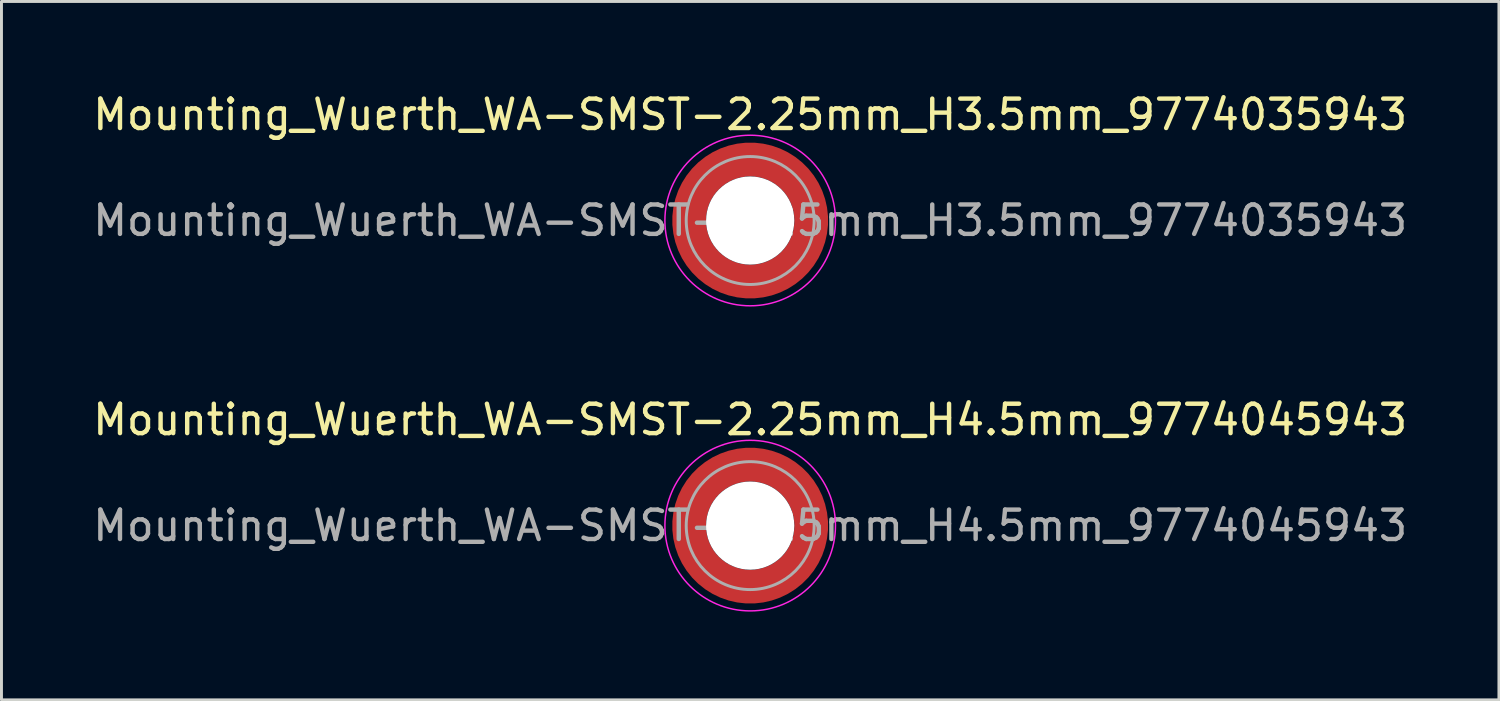
<source format=kicad_pcb>
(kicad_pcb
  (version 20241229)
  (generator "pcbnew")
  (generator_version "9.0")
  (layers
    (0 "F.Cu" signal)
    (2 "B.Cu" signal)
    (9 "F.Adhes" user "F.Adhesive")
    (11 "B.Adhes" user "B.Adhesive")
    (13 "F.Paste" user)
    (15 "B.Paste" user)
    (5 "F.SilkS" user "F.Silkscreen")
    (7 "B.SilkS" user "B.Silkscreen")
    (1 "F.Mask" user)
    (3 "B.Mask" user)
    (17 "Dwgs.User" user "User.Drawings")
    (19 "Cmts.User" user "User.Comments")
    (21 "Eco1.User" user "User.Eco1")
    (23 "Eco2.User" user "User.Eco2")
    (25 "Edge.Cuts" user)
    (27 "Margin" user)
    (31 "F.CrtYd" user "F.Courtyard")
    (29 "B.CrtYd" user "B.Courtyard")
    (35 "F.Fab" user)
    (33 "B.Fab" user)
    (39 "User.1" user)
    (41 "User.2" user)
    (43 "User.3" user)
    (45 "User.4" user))
  (footprint "Mounting_Wuerth_WA-SMST-2.25mm_H3.5mm_9774035943"
    (layer "F.Cu")
    (at 22.458 4.448)
    (property "Reference" "Mounting_Wuerth_WA-SMST-2.25mm_H3.5mm_9774035943" (at 0 -3.6 0) (layer "F.SilkS") (effects (font (size 1 1) (thickness 0.15))))
    (attr smd)
    (fp_circle (center 0 0) (end 2.9 0) (stroke (width 0.05) (type solid)) (fill no) (layer "F.CrtYd"))
    (fp_circle (center 0 0) (end 2.175 0) (stroke (width 0.1) (type solid)) (fill no) (layer "F.Fab"))
    (fp_text user "${REFERENCE}" (at 0 0 0) (layer "F.Fab") (effects (font (size 1 1) (thickness 0.15))))
    (pad "" smd custom (at -1.453 -1.453) (size 0.61 0.61) (layers "F.Paste") (options (anchor circle)) (primitives (gr_arc (start -0.147677 1.053104) (mid 0.285964 0.286792) (end 1.051968 -0.147393) (width 0.2)) (gr_arc (start -0.240295 1.053104) (mid 0.22253 0.222946) (end 1.052531 -0.24016) (width 0.2)) (gr_arc (start -0.332645 1.053104) (mid 0.158548 0.15965) (end 1.051583 -0.332304) (width 0.2)) (gr_arc (start -0.424767 1.053104) (mid 0.09486 0.096059) (end 1.051446 -0.424413) (width 0.2)) (gr_arc (start -0.516693 1.053104) (mid 0.031293 0.032346) (end 1.051645 -0.516396) (width 0.2)) (gr_arc (start -0.608448 1.053104) (mid -0.032323 -0.031316) (end 1.051707 -0.608176) (width 0.2)) (gr_arc (start -0.700056 1.053104) (mid -0.09616 -0.094758) (end 1.051155 -0.699693) (width 0.2)) (gr_arc (start -0.791534 1.053104) (mid -0.160388 -0.15781) (end 1.049515 -0.790891) (width 0.2)) (gr_arc (start -0.882896 1.053104) (mid -0.223713 -0.221764) (end 1.050388 -0.882429) (width 0.2)) (gr_arc (start -0.974157 1.053104) (mid -0.287654 -0.285101) (end 1.049541 -0.973567) (width 0.2)) (gr_line (start 1.053 -0.148) (end 1.053 -0.974) (width 0.2)) (gr_line (start -0.148 1.053) (end -0.974 1.053) (width 0.2))))
    (pad "" smd custom (at -1.453 1.453) (size 0.61 0.61) (layers "F.Paste") (options (anchor circle)) (primitives (gr_arc (start 1.053104 0.147677) (mid 0.286792 -0.285964) (end -0.147393 -1.051968) (width 0.2)) (gr_arc (start 1.053104 0.240295) (mid 0.222946 -0.22253) (end -0.24016 -1.052531) (width 0.2)) (gr_arc (start 1.053104 0.332645) (mid 0.15965 -0.158548) (end -0.332304 -1.051583) (width 0.2)) (gr_arc (start 1.053104 0.424767) (mid 0.096059 -0.09486) (end -0.424413 -1.051446) (width 0.2)) (gr_arc (start 1.053104 0.516693) (mid 0.032346 -0.031293) (end -0.516396 -1.051645) (width 0.2)) (gr_arc (start 1.053104 0.608448) (mid -0.031316 0.032323) (end -0.608176 -1.051707) (width 0.2)) (gr_arc (start 1.053104 0.700056) (mid -0.094758 0.09616) (end -0.699693 -1.051155) (width 0.2)) (gr_arc (start 1.053104 0.791534) (mid -0.15781 0.160388) (end -0.790891 -1.049515) (width 0.2)) (gr_arc (start 1.053104 0.882896) (mid -0.221764 0.223713) (end -0.882429 -1.050388) (width 0.2)) (gr_arc (start 1.053104 0.974157) (mid -0.285101 0.287654) (end -0.973567 -1.049541) (width 0.2)) (gr_line (start -0.148 -1.053) (end -0.974 -1.053) (width 0.2)) (gr_line (start 1.053 0.148) (end 1.053 0.974) (width 0.2))))
    (pad "" np_thru_hole circle (at 0 0) (size 3 3) (drill 3) (layers "*.Cu" "*.Mask"))
    (pad "" smd custom (at 1.453 -1.453) (size 0.61 0.61) (layers "F.Paste") (options (anchor circle)) (primitives (gr_arc (start -1.053104 -0.147677) (mid -0.286792 0.285964) (end 0.147393 1.051968) (width 0.2)) (gr_arc (start -1.053104 -0.240295) (mid -0.222946 0.22253) (end 0.24016 1.052531) (width 0.2)) (gr_arc (start -1.053104 -0.332645) (mid -0.15965 0.158548) (end 0.332304 1.051583) (width 0.2)) (gr_arc (start -1.053104 -0.424767) (mid -0.096059 0.09486) (end 0.424413 1.051446) (width 0.2)) (gr_arc (start -1.053104 -0.516693) (mid -0.032346 0.031293) (end 0.516396 1.051645) (width 0.2)) (gr_arc (start -1.053104 -0.608448) (mid 0.031316 -0.032323) (end 0.608176 1.051707) (width 0.2)) (gr_arc (start -1.053104 -0.700056) (mid 0.094758 -0.09616) (end 0.699693 1.051155) (width 0.2)) (gr_arc (start -1.053104 -0.791534) (mid 0.15781 -0.160388) (end 0.790891 1.049515) (width 0.2)) (gr_arc (start -1.053104 -0.882896) (mid 0.221764 -0.223713) (end 0.882429 1.050388) (width 0.2)) (gr_arc (start -1.053104 -0.974157) (mid 0.285101 -0.287654) (end 0.973567 1.049541) (width 0.2)) (gr_line (start 0.148 1.053) (end 0.974 1.053) (width 0.2)) (gr_line (start -1.053 -0.148) (end -1.053 -0.974) (width 0.2))))
    (pad "" smd custom (at 1.453 1.453) (size 0.61 0.61) (layers "F.Paste") (options (anchor circle)) (primitives (gr_arc (start 0.147677 -1.053104) (mid -0.285964 -0.286792) (end -1.051968 0.147393) (width 0.2)) (gr_arc (start 0.240295 -1.053104) (mid -0.22253 -0.222946) (end -1.052531 0.24016) (width 0.2)) (gr_arc (start 0.332645 -1.053104) (mid -0.158548 -0.15965) (end -1.051583 0.332304) (width 0.2)) (gr_arc (start 0.424767 -1.053104) (mid -0.09486 -0.096059) (end -1.051446 0.424413) (width 0.2)) (gr_arc (start 0.516693 -1.053104) (mid -0.031293 -0.032346) (end -1.051645 0.516396) (width 0.2)) (gr_arc (start 0.608448 -1.053104) (mid 0.032323 0.031316) (end -1.051707 0.608176) (width 0.2)) (gr_arc (start 0.700056 -1.053104) (mid 0.09616 0.094758) (end -1.051155 0.699693) (width 0.2)) (gr_arc (start 0.791534 -1.053104) (mid 0.160388 0.15781) (end -1.049515 0.790891) (width 0.2)) (gr_arc (start 0.882896 -1.053104) (mid 0.223713 0.221764) (end -1.050388 0.882429) (width 0.2)) (gr_arc (start 0.974157 -1.053104) (mid 0.287654 0.285101) (end -1.049541 0.973567) (width 0.2)) (gr_line (start -1.053 0.148) (end -1.053 0.974) (width 0.2)) (gr_line (start 0.148 -1.053) (end 0.974 -1.053) (width 0.2))))
    (pad "1" smd circle (at -2.075 0) (size 0.75 0.75) (layers "F.Cu"))
    (pad "1" smd circle (at 0 -2.075) (size 0.75 0.75) (layers "F.Cu"))
    (pad "1" smd circle (at 0 2.075) (size 0.75 0.75) (layers "F.Cu"))
    (pad "1" smd custom (at 2.075 0) (size 0.75 0.75) (layers "F.Cu" "F.Mask") (options (anchor circle)) (primitives (gr_circle (center -2.075 0) (end 0 0) (width 1.15) (fill no)))))
  (footprint "Mounting_Wuerth_WA-SMST-2.25mm_H4.5mm_9774045943"
    (layer "F.Cu")
    (at 22.458 14.822)
    (property "Reference" "Mounting_Wuerth_WA-SMST-2.25mm_H4.5mm_9774045943" (at 0 -3.6 0) (layer "F.SilkS") (effects (font (size 1 1) (thickness 0.15))))
    (attr smd)
    (fp_circle (center 0 0) (end 2.9 0) (stroke (width 0.05) (type solid)) (fill no) (layer "F.CrtYd"))
    (fp_circle (center 0 0) (end 2.175 0) (stroke (width 0.1) (type solid)) (fill no) (layer "F.Fab"))
    (fp_text user "${REFERENCE}" (at 0 0 0) (layer "F.Fab") (effects (font (size 1 1) (thickness 0.15))))
    (pad "" smd custom (at -1.453 -1.453) (size 0.61 0.61) (layers "F.Paste") (options (anchor circle)) (primitives (gr_arc (start -0.147677 1.053104) (mid 0.285964 0.286792) (end 1.051968 -0.147393) (width 0.2)) (gr_arc (start -0.240295 1.053104) (mid 0.22253 0.222946) (end 1.052531 -0.24016) (width 0.2)) (gr_arc (start -0.332645 1.053104) (mid 0.158548 0.15965) (end 1.051583 -0.332304) (width 0.2)) (gr_arc (start -0.424767 1.053104) (mid 0.09486 0.096059) (end 1.051446 -0.424413) (width 0.2)) (gr_arc (start -0.516693 1.053104) (mid 0.031293 0.032346) (end 1.051645 -0.516396) (width 0.2)) (gr_arc (start -0.608448 1.053104) (mid -0.032323 -0.031316) (end 1.051707 -0.608176) (width 0.2)) (gr_arc (start -0.700056 1.053104) (mid -0.09616 -0.094758) (end 1.051155 -0.699693) (width 0.2)) (gr_arc (start -0.791534 1.053104) (mid -0.160388 -0.15781) (end 1.049515 -0.790891) (width 0.2)) (gr_arc (start -0.882896 1.053104) (mid -0.223713 -0.221764) (end 1.050388 -0.882429) (width 0.2)) (gr_arc (start -0.974157 1.053104) (mid -0.287654 -0.285101) (end 1.049541 -0.973567) (width 0.2)) (gr_line (start 1.053 -0.148) (end 1.053 -0.974) (width 0.2)) (gr_line (start -0.148 1.053) (end -0.974 1.053) (width 0.2))))
    (pad "" smd custom (at -1.453 1.453) (size 0.61 0.61) (layers "F.Paste") (options (anchor circle)) (primitives (gr_arc (start 1.053104 0.147677) (mid 0.286792 -0.285964) (end -0.147393 -1.051968) (width 0.2)) (gr_arc (start 1.053104 0.240295) (mid 0.222946 -0.22253) (end -0.24016 -1.052531) (width 0.2)) (gr_arc (start 1.053104 0.332645) (mid 0.15965 -0.158548) (end -0.332304 -1.051583) (width 0.2)) (gr_arc (start 1.053104 0.424767) (mid 0.096059 -0.09486) (end -0.424413 -1.051446) (width 0.2)) (gr_arc (start 1.053104 0.516693) (mid 0.032346 -0.031293) (end -0.516396 -1.051645) (width 0.2)) (gr_arc (start 1.053104 0.608448) (mid -0.031316 0.032323) (end -0.608176 -1.051707) (width 0.2)) (gr_arc (start 1.053104 0.700056) (mid -0.094758 0.09616) (end -0.699693 -1.051155) (width 0.2)) (gr_arc (start 1.053104 0.791534) (mid -0.15781 0.160388) (end -0.790891 -1.049515) (width 0.2)) (gr_arc (start 1.053104 0.882896) (mid -0.221764 0.223713) (end -0.882429 -1.050388) (width 0.2)) (gr_arc (start 1.053104 0.974157) (mid -0.285101 0.287654) (end -0.973567 -1.049541) (width 0.2)) (gr_line (start -0.148 -1.053) (end -0.974 -1.053) (width 0.2)) (gr_line (start 1.053 0.148) (end 1.053 0.974) (width 0.2))))
    (pad "" np_thru_hole circle (at 0 0) (size 3 3) (drill 3) (layers "*.Cu" "*.Mask"))
    (pad "" smd custom (at 1.453 -1.453) (size 0.61 0.61) (layers "F.Paste") (options (anchor circle)) (primitives (gr_arc (start -1.053104 -0.147677) (mid -0.286792 0.285964) (end 0.147393 1.051968) (width 0.2)) (gr_arc (start -1.053104 -0.240295) (mid -0.222946 0.22253) (end 0.24016 1.052531) (width 0.2)) (gr_arc (start -1.053104 -0.332645) (mid -0.15965 0.158548) (end 0.332304 1.051583) (width 0.2)) (gr_arc (start -1.053104 -0.424767) (mid -0.096059 0.09486) (end 0.424413 1.051446) (width 0.2)) (gr_arc (start -1.053104 -0.516693) (mid -0.032346 0.031293) (end 0.516396 1.051645) (width 0.2)) (gr_arc (start -1.053104 -0.608448) (mid 0.031316 -0.032323) (end 0.608176 1.051707) (width 0.2)) (gr_arc (start -1.053104 -0.700056) (mid 0.094758 -0.09616) (end 0.699693 1.051155) (width 0.2)) (gr_arc (start -1.053104 -0.791534) (mid 0.15781 -0.160388) (end 0.790891 1.049515) (width 0.2)) (gr_arc (start -1.053104 -0.882896) (mid 0.221764 -0.223713) (end 0.882429 1.050388) (width 0.2)) (gr_arc (start -1.053104 -0.974157) (mid 0.285101 -0.287654) (end 0.973567 1.049541) (width 0.2)) (gr_line (start 0.148 1.053) (end 0.974 1.053) (width 0.2)) (gr_line (start -1.053 -0.148) (end -1.053 -0.974) (width 0.2))))
    (pad "" smd custom (at 1.453 1.453) (size 0.61 0.61) (layers "F.Paste") (options (anchor circle)) (primitives (gr_arc (start 0.147677 -1.053104) (mid -0.285964 -0.286792) (end -1.051968 0.147393) (width 0.2)) (gr_arc (start 0.240295 -1.053104) (mid -0.22253 -0.222946) (end -1.052531 0.24016) (width 0.2)) (gr_arc (start 0.332645 -1.053104) (mid -0.158548 -0.15965) (end -1.051583 0.332304) (width 0.2)) (gr_arc (start 0.424767 -1.053104) (mid -0.09486 -0.096059) (end -1.051446 0.424413) (width 0.2)) (gr_arc (start 0.516693 -1.053104) (mid -0.031293 -0.032346) (end -1.051645 0.516396) (width 0.2)) (gr_arc (start 0.608448 -1.053104) (mid 0.032323 0.031316) (end -1.051707 0.608176) (width 0.2)) (gr_arc (start 0.700056 -1.053104) (mid 0.09616 0.094758) (end -1.051155 0.699693) (width 0.2)) (gr_arc (start 0.791534 -1.053104) (mid 0.160388 0.15781) (end -1.049515 0.790891) (width 0.2)) (gr_arc (start 0.882896 -1.053104) (mid 0.223713 0.221764) (end -1.050388 0.882429) (width 0.2)) (gr_arc (start 0.974157 -1.053104) (mid 0.287654 0.285101) (end -1.049541 0.973567) (width 0.2)) (gr_line (start -1.053 0.148) (end -1.053 0.974) (width 0.2)) (gr_line (start 0.148 -1.053) (end 0.974 -1.053) (width 0.2))))
    (pad "1" smd circle (at -2.075 0) (size 0.75 0.75) (layers "F.Cu"))
    (pad "1" smd circle (at 0 -2.075) (size 0.75 0.75) (layers "F.Cu"))
    (pad "1" smd circle (at 0 2.075) (size 0.75 0.75) (layers "F.Cu"))
    (pad "1" smd custom (at 2.075 0) (size 0.75 0.75) (layers "F.Cu" "F.Mask") (options (anchor circle)) (primitives (gr_circle (center -2.075 0) (end 0 0) (width 1.15) (fill no)))))
  (gr_rect
    (start -3 -3)
    (end 47.917 20.747)
    (stroke (width 0.1) (type default))
    (fill no)
    (layer "Edge.Cuts")))
</source>
